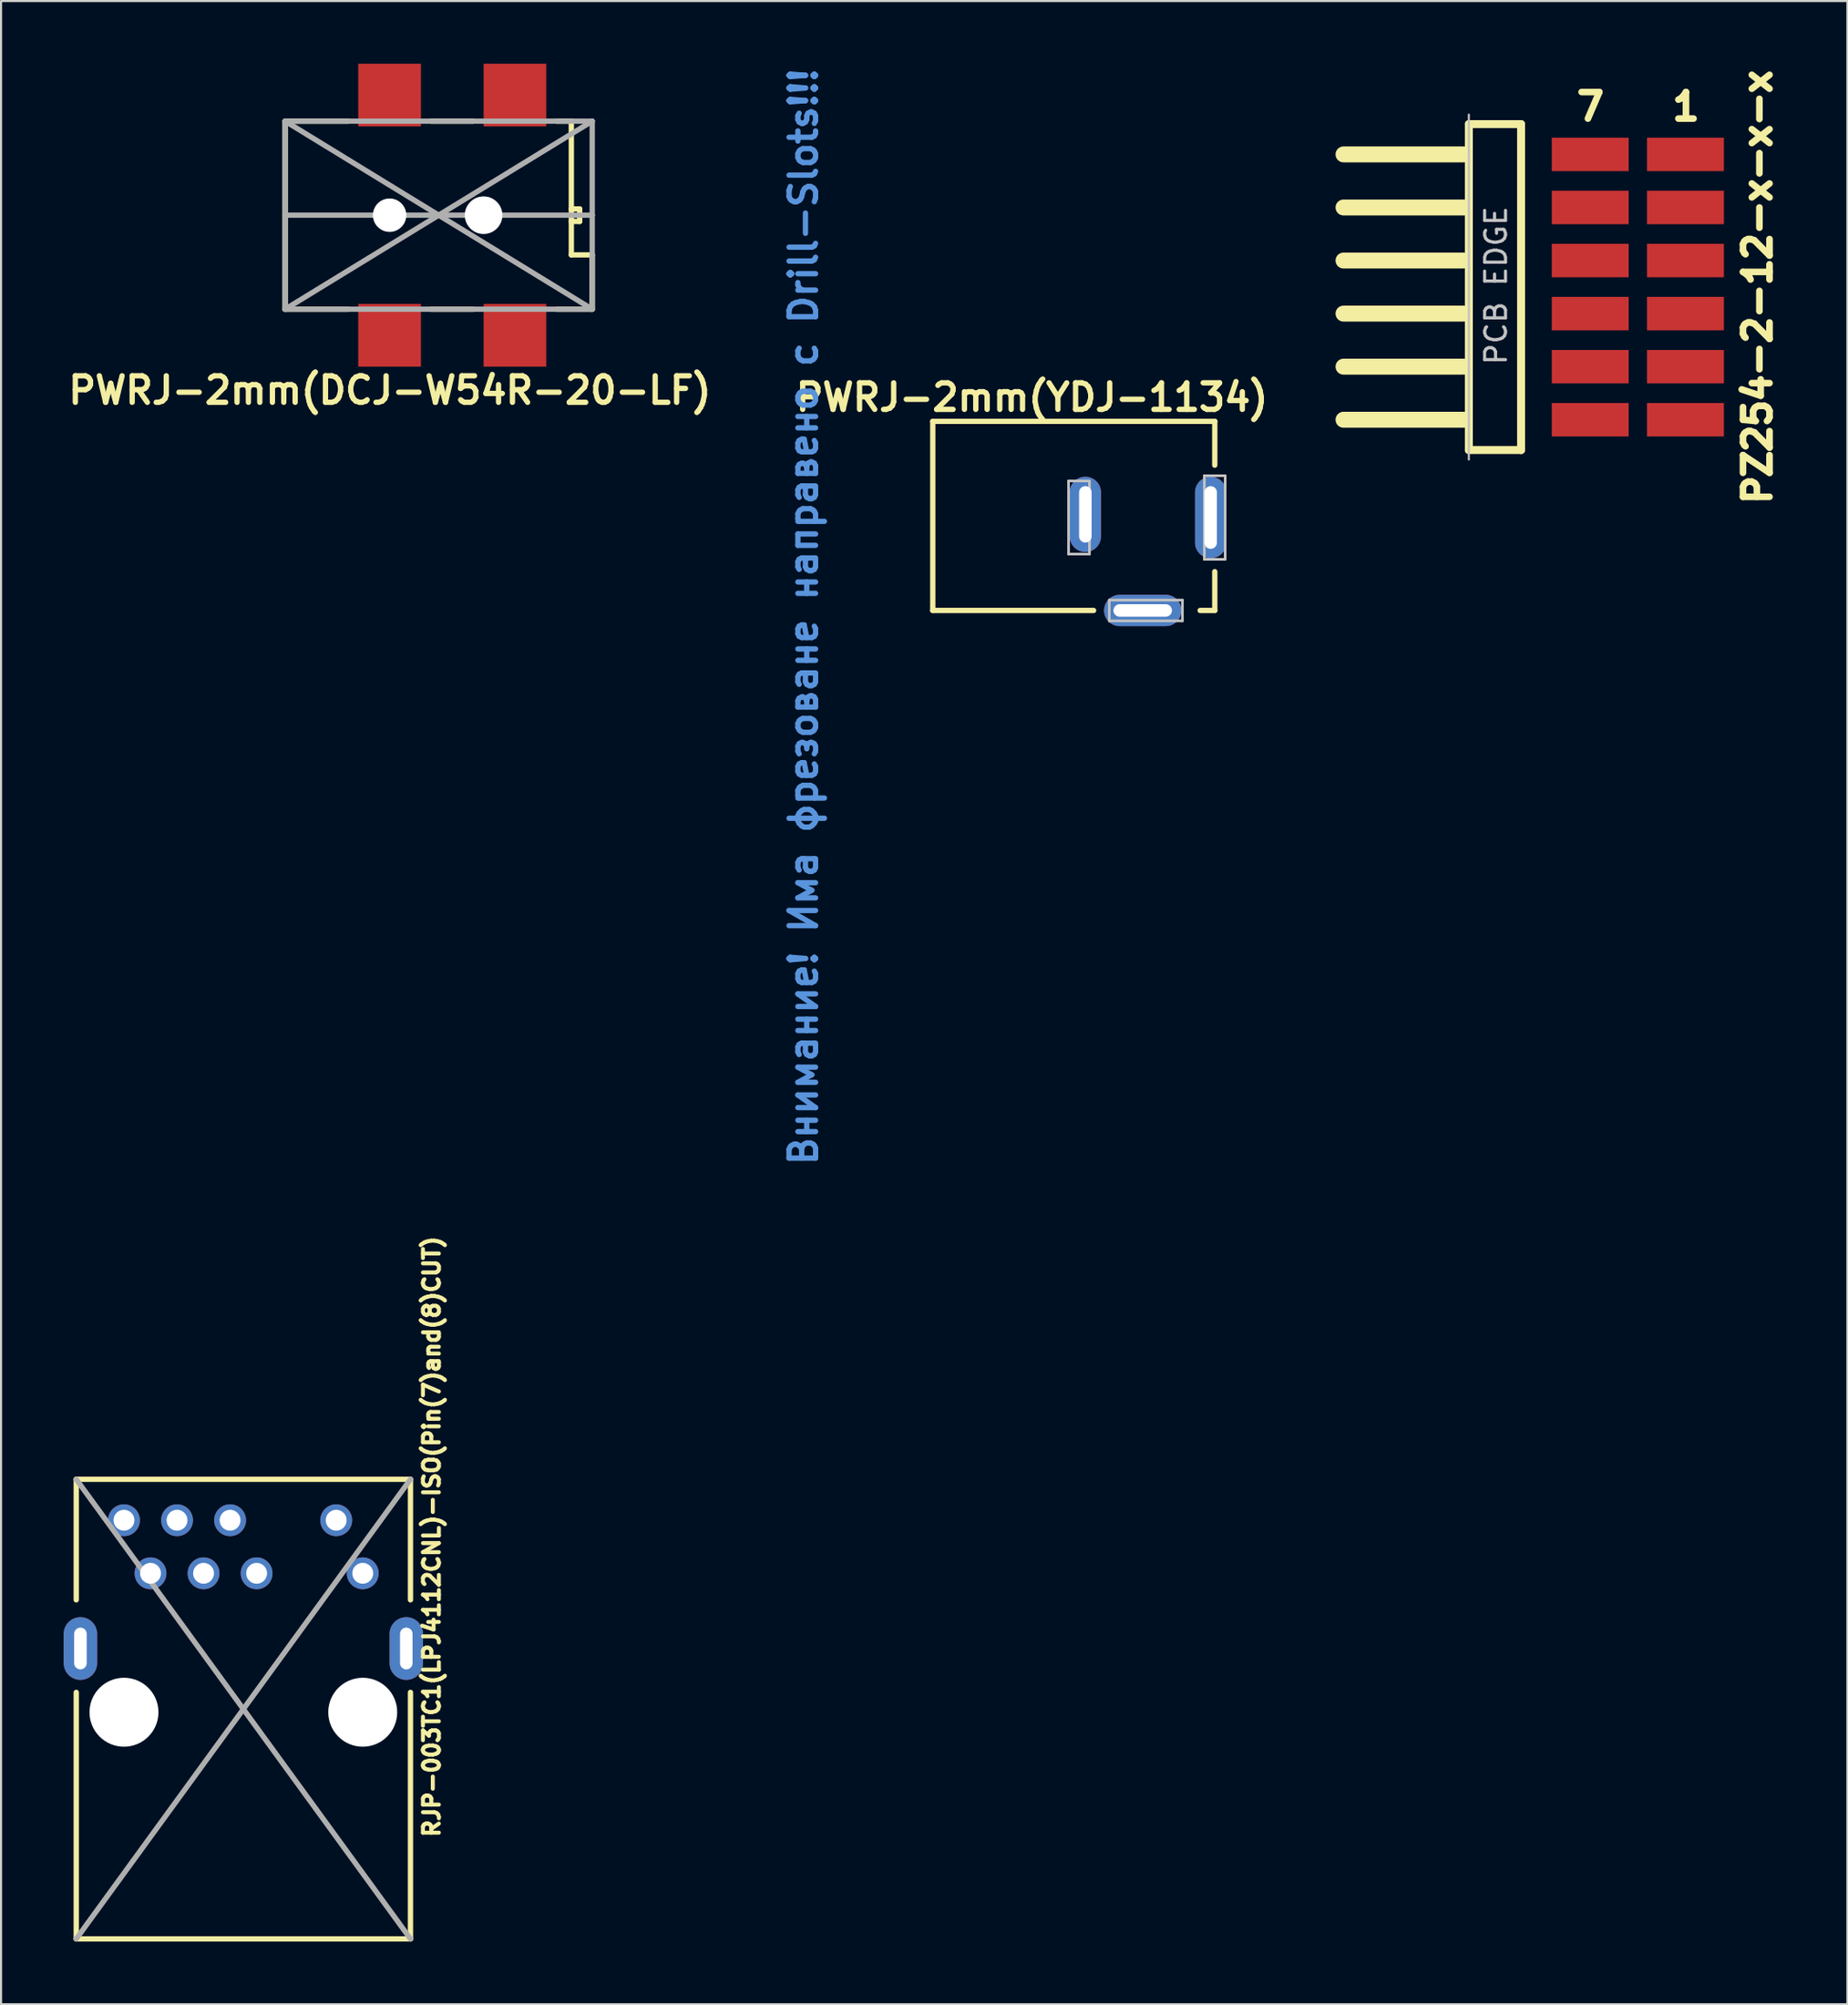
<source format=kicad_pcb>
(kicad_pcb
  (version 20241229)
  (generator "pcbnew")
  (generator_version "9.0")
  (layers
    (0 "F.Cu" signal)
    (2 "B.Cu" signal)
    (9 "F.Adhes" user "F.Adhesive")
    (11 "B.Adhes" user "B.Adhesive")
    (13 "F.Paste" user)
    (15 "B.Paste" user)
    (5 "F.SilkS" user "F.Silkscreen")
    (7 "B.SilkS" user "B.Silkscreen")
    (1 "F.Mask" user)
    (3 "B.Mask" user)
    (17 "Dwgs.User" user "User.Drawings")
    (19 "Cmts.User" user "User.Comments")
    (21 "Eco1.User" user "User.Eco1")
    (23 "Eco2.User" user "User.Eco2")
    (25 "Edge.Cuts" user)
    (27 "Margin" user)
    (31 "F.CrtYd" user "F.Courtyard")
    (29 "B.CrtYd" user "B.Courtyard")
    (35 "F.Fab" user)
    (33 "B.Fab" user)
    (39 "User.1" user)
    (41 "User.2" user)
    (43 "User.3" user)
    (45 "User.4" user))
  (footprint "RJP-003TC1(LPJ4112CNL)-ISO(Pin(7)and(8)CUT)"
    (layer "F.Cu")
    (at 8.6 78.756)
    (property "Reference" "RJP-003TC1(LPJ4112CNL)-ISO(Pin(7)and(8)CUT)" (at 9.017 -8.255 90) (layer "F.SilkS") (effects (font (size 0.762 0.762) (thickness 0.191))))
    (attr through_hole)
    (fp_line (start -8 -11) (end 8 -11) (stroke (width 0.254) (type solid)) (layer "F.SilkS"))
    (fp_line (start -8 -5.23) (end -8 -11) (stroke (width 0.254) (type solid)) (layer "F.SilkS"))
    (fp_line (start -8 11) (end -8 -0.8) (stroke (width 0.254) (type solid)) (layer "F.SilkS"))
    (fp_line (start 8 -11) (end 8 -5.23) (stroke (width 0.254) (type solid)) (layer "F.SilkS"))
    (fp_line (start 8 -0.8) (end 8 11) (stroke (width 0.254) (type solid)) (layer "F.SilkS"))
    (fp_line (start 8 11) (end -8 11) (stroke (width 0.254) (type solid)) (layer "F.SilkS"))
    (fp_line (start -8 -11) (end 8 11) (stroke (width 0.254) (type solid)) (layer "F.Fab"))
    (fp_line (start 8 -11) (end -8 11) (stroke (width 0.254) (type solid)) (layer "F.Fab"))
    (pad "" np_thru_hole circle (at -5.715 0.15) (size 3.3 3.3) (drill 3.3) (layers "*.Cu" "*.Mask"))
    (pad "" np_thru_hole circle (at 5.715 0.15) (size 3.3 3.3) (drill 3.3) (layers "*.Cu" "*.Mask"))
    (pad "0" thru_hole oval (at -7.8 -2.9) (size 1.6 3) (drill oval 0.6 2) (layers "*.Cu" "*.Mask"))
    (pad "0" thru_hole oval (at 7.8 -2.9) (size 1.6 3) (drill oval 0.6 2) (layers "*.Cu" "*.Mask"))
    (pad "1" thru_hole circle (at -5.715 -9.04) (size 1.524 1.524) (drill 1) (layers "*.Cu" "*.Mask"))
    (pad "2" thru_hole circle (at -4.445 -6.5) (size 1.524 1.524) (drill 1) (layers "*.Cu" "*.Mask"))
    (pad "3" thru_hole circle (at -3.175 -9.04) (size 1.524 1.524) (drill 1) (layers "*.Cu" "*.Mask"))
    (pad "4" thru_hole circle (at -1.905 -6.5) (size 1.524 1.524) (drill 1) (layers "*.Cu" "*.Mask"))
    (pad "5" thru_hole circle (at -0.635 -9.04) (size 1.524 1.524) (drill 1) (layers "*.Cu" "*.Mask"))
    (pad "6" thru_hole circle (at 0.635 -6.5) (size 1.524 1.524) (drill 1) (layers "*.Cu" "*.Mask"))
    (pad "9" thru_hole circle (at 4.445 -9.04) (size 1.524 1.524) (drill 1) (layers "*.Cu" "*.Mask"))
    (pad "10" thru_hole circle (at 5.715 -6.5) (size 1.524 1.524) (drill 1) (layers "*.Cu" "*.Mask")))
  (footprint "PWRJ-2mm(DCJ-W54R-20-LF)"
    (layer "F.Cu")
    (at 17.901 7.25)
    (property "Reference" "PWRJ-2mm(DCJ-W54R-20-LF)" (at -2.286 8.382 0) (layer "F.SilkS") (effects (font (size 1.27 1.27) (thickness 0.254))))
    (attr smd)
    (fp_line (start -7.3 -4.5) (end -7.3 4.5) (stroke (width 0.254) (type solid)) (layer "F.SilkS"))
    (fp_line (start -7.3 -4.5) (end -4.3 -4.5) (stroke (width 0.254) (type solid)) (layer "F.SilkS"))
    (fp_line (start -7.3 4.5) (end -4.3 4.5) (stroke (width 0.254) (type solid)) (layer "F.SilkS"))
    (fp_line (start -0.3 -4.5) (end 1.7 -4.5) (stroke (width 0.254) (type solid)) (layer "F.SilkS"))
    (fp_line (start -0.3 4.5) (end 1.7 4.5) (stroke (width 0.254) (type solid)) (layer "F.SilkS"))
    (fp_line (start 5.7 -4.5) (end 6.4 -4.5) (stroke (width 0.254) (type solid)) (layer "F.SilkS"))
    (fp_line (start 6.4 -4.5) (end 6.4 1.9) (stroke (width 0.254) (type solid)) (layer "F.SilkS"))
    (fp_line (start 6.4 -0.3) (end 6.8 -0.3) (stroke (width 0.254) (type solid)) (layer "F.SilkS"))
    (fp_line (start 6.8 -0.3) (end 6.8 0.3) (stroke (width 0.254) (type solid)) (layer "F.SilkS"))
    (fp_line (start 6.8 0.3) (end 6.4 0.3) (stroke (width 0.254) (type solid)) (layer "F.SilkS"))
    (fp_line (start 7.4 1.9) (end 6.4 1.9) (stroke (width 0.254) (type solid)) (layer "F.SilkS"))
    (fp_line (start 7.4 4.5) (end 5.7 4.5) (stroke (width 0.254) (type solid)) (layer "F.SilkS"))
    (fp_line (start 7.4 4.5) (end 7.4 1.9) (stroke (width 0.254) (type solid)) (layer "F.SilkS"))
    (fp_line (start -7.3 -4.5) (end -7.3 4.5) (stroke (width 0.254) (type solid)) (layer "F.Fab"))
    (fp_line (start -7.3 0) (end 7.4 0) (stroke (width 0.254) (type solid)) (layer "F.Fab"))
    (fp_line (start -7.3 4.5) (end 7.4 -4.5) (stroke (width 0.254) (type solid)) (layer "F.Fab"))
    (fp_line (start -7.3 4.5) (end 7.4 4.5) (stroke (width 0.254) (type solid)) (layer "F.Fab"))
    (fp_line (start 7.4 -4.5) (end -7.2 -4.5) (stroke (width 0.254) (type solid)) (layer "F.Fab"))
    (fp_line (start 7.4 0) (end 7.4 -4.5) (stroke (width 0.254) (type solid)) (layer "F.Fab"))
    (fp_line (start 7.4 0) (end 7.4 4.4) (stroke (width 0.254) (type solid)) (layer "F.Fab"))
    (fp_line (start 7.4 4.5) (end -7.3 -4.5) (stroke (width 0.254) (type solid)) (layer "F.Fab"))
    (pad "" np_thru_hole circle (at -2.3 0) (size 1.6 1.6) (drill 1.6) (layers "*.Cu" "*.Mask"))
    (pad "" np_thru_hole circle (at 2.2 0) (size 1.8 1.8) (drill 1.8) (layers "*.Cu" "*.Mask"))
    (pad "1" smd rect (at -2.3 -5.75) (size 3 3) (layers "F.Cu" "F.Mask" "F.Paste"))
    (pad "1" smd rect (at 3.7 -5.75) (size 3 3) (layers "F.Cu" "F.Mask" "F.Paste"))
    (pad "2" smd rect (at -2.3 5.75) (size 3 3) (layers "F.Cu" "F.Mask" "F.Paste"))
    (pad "3" smd rect (at 3.7 5.75) (size 3 3) (layers "F.Cu" "F.Mask" "F.Paste")))
  (footprint "PZ254-2-12-x-x-x"
    (layer "F.Cu")
    (at 68.517 10.691)
    (property "Reference" "PZ254-2-12-x-x-x" (at 12.573 0 90) (unlocked yes) (layer "F.SilkS") (effects (font (size 1.27 1.27) (thickness 0.318) (bold yes))))
    (attr smd)
    (fp_line (start -1.5 -6.35) (end -7.25 -6.35) (stroke (width 0.762) (type solid)) (layer "F.SilkS"))
    (fp_line (start -1.5 -3.81) (end -7.25 -3.81) (stroke (width 0.762) (type solid)) (layer "F.SilkS"))
    (fp_line (start -1.5 -1.27) (end -7.25 -1.27) (stroke (width 0.762) (type solid)) (layer "F.SilkS"))
    (fp_line (start -1.5 1.27) (end -7.25 1.27) (stroke (width 0.762) (type solid)) (layer "F.SilkS"))
    (fp_line (start -1.5 3.81) (end -7.25 3.81) (stroke (width 0.762) (type solid)) (layer "F.SilkS"))
    (fp_line (start -1.5 6.35) (end -7.25 6.35) (stroke (width 0.762) (type solid)) (layer "F.SilkS"))
    (fp_line (start -1.25 -7.8) (end -1.25 7.8) (stroke (width 0.381) (type default)) (layer "F.SilkS"))
    (fp_line (start -1.25 -7.8) (end 1.25 -7.8) (stroke (width 0.381) (type default)) (layer "F.SilkS"))
    (fp_line (start -1.25 7.8) (end 1.25 7.8) (stroke (width 0.381) (type default)) (layer "F.SilkS"))
    (fp_line (start 1.25 -7.8) (end 1.25 7.8) (stroke (width 0.381) (type default)) (layer "F.SilkS"))
    (fp_line (start -1.25 -8.255) (end -1.25 8.255) (stroke (width 0.1) (type default)) (layer "Dwgs.User"))
    (fp_text user "7" (at 4.572 -8.636 0) (layer "F.SilkS") (effects (font (size 1.27 1.27) (thickness 0.318) (bold yes))))
    (fp_text user "1" (at 9.144 -8.636 0) (layer "F.SilkS") (effects (font (size 1.27 1.27) (thickness 0.318) (bold yes))))
    (fp_text user "PCB EDGE" (at 0.635 3.81 90) (unlocked yes) (layer "Dwgs.User") (effects (font (size 1 1) (thickness 0.15)) (justify left bottom)))
    (pad "" smd rect (at 4.55 -6.35 90) (size 2 4.1) (layers "F.Paste"))
    (pad "" smd rect (at 4.55 -3.81 90) (size 2 4.1) (layers "F.Paste"))
    (pad "" smd rect (at 4.55 -1.27 90) (size 2 4.1) (layers "F.Paste"))
    (pad "" smd rect (at 4.55 1.27 90) (size 2 4.1) (layers "F.Paste"))
    (pad "" smd rect (at 4.55 3.81 90) (size 2 4.1) (layers "F.Paste"))
    (pad "" smd rect (at 4.55 6.35 90) (size 2 4.1) (layers "F.Paste"))
    (pad "" smd rect (at 9.17 -6.35 90) (size 2 4.1) (layers "F.Paste"))
    (pad "" smd rect (at 9.17 -3.81 90) (size 2 4.1) (layers "F.Paste"))
    (pad "" smd rect (at 9.17 -1.27 90) (size 2 4.1) (layers "F.Paste"))
    (pad "" smd rect (at 9.17 1.27 90) (size 2 4.1) (layers "F.Paste"))
    (pad "" smd rect (at 9.17 3.81 90) (size 2 4.1) (layers "F.Paste"))
    (pad "" smd rect (at 9.17 6.35 90) (size 2 4.1) (layers "F.Paste"))
    (pad "1" smd rect (at 9.12 -6.35 90) (size 1.6 3.68) (layers "F.Cu" "F.Mask"))
    (pad "2" smd rect (at 9.12 -3.81 90) (size 1.6 3.68) (layers "F.Cu" "F.Mask"))
    (pad "3" smd rect (at 9.12 -1.27 90) (size 1.6 3.68) (layers "F.Cu" "F.Mask"))
    (pad "4" smd rect (at 9.12 1.27 90) (size 1.6 3.68) (layers "F.Cu" "F.Mask"))
    (pad "5" smd rect (at 9.12 3.81 90) (size 1.6 3.68) (layers "F.Cu" "F.Mask"))
    (pad "6" smd rect (at 9.12 6.35 90) (size 1.6 3.68) (layers "F.Cu" "F.Mask"))
    (pad "7" smd rect (at 4.56 -6.35 90) (size 1.6 3.68) (layers "F.Cu" "F.Mask"))
    (pad "8" smd rect (at 4.56 -3.81 90) (size 1.6 3.68) (layers "F.Cu" "F.Mask"))
    (pad "9" smd rect (at 4.56 -1.27 90) (size 1.6 3.68) (layers "F.Cu" "F.Mask"))
    (pad "10" smd rect (at 4.56 1.27 90) (size 1.6 3.68) (layers "F.Cu" "F.Mask"))
    (pad "11" smd rect (at 4.56 3.81 90) (size 1.6 3.68) (layers "F.Cu" "F.Mask"))
    (pad "12" smd rect (at 4.56 6.35 90) (size 1.6 3.68) (layers "F.Cu" "F.Mask")))
  (footprint "PWRJ-2mm(YDJ-1134)"
    (layer "F.Cu")
    (at 55.104 26.47)
    (property "Reference" "PWRJ-2mm(YDJ-1134)" (at -8.75 -10.5 0) (layer "F.SilkS") (effects (font (size 1.27 1.27) (thickness 0.254))))
    (attr through_hole)
    (fp_line (start -13.5 -9.352) (end -13.5 -0.3) (stroke (width 0.254) (type solid)) (layer "F.SilkS"))
    (fp_line (start -13.5 -0.3) (end -5.8 -0.3) (stroke (width 0.254) (type solid)) (layer "F.SilkS"))
    (fp_line (start 0 -9.352) (end -13.5 -9.352) (stroke (width 0.254) (type solid)) (layer "F.SilkS"))
    (fp_line (start 0 -9.352) (end 0 -7.254) (stroke (width 0.254) (type solid)) (layer "F.SilkS"))
    (fp_line (start 0 -0.3) (end -0.7 -0.3) (stroke (width 0.254) (type solid)) (layer "F.SilkS"))
    (fp_line (start 0 -0.3) (end 0 -2.158) (stroke (width 0.254) (type solid)) (layer "F.SilkS"))
    (fp_line (start -6.998 -6.5) (end -6.998 -3) (stroke (width 0.127) (type solid)) (layer "Dwgs.User"))
    (fp_line (start -6.998 -3) (end -5.999 -3) (stroke (width 0.127) (type solid)) (layer "Dwgs.User"))
    (fp_line (start -5.999 -6.5) (end -6.998 -6.5) (stroke (width 0.127) (type solid)) (layer "Dwgs.User"))
    (fp_line (start -5.999 -3) (end -5.999 -6.5) (stroke (width 0.127) (type solid)) (layer "Dwgs.User"))
    (fp_line (start -5.05 -0.798) (end -5.05 0.198) (stroke (width 0.127) (type solid)) (layer "Dwgs.User"))
    (fp_line (start -5.05 0.198) (end -1.549 0.198) (stroke (width 0.127) (type solid)) (layer "Dwgs.User"))
    (fp_line (start -1.549 -0.798) (end -5.05 -0.798) (stroke (width 0.127) (type solid)) (layer "Dwgs.User"))
    (fp_line (start -1.549 0.198) (end -1.549 -0.798) (stroke (width 0.127) (type solid)) (layer "Dwgs.User"))
    (fp_line (start -0.498 -6.749) (end -0.498 -2.748) (stroke (width 0.127) (type solid)) (layer "Dwgs.User"))
    (fp_line (start -0.498 -2.748) (end 0.498 -2.748) (stroke (width 0.127) (type solid)) (layer "Dwgs.User"))
    (fp_line (start 0.498 -6.749) (end -0.498 -6.749) (stroke (width 0.127) (type solid)) (layer "Dwgs.User"))
    (fp_line (start 0.498 -2.748) (end 0.498 -6.749) (stroke (width 0.127) (type solid)) (layer "Dwgs.User"))
    (fp_text user "Внимание! Има фрезоване направено с Drill-Slots!!!" (at -19.685 0 90) (layer "Cmts.User") (effects (font (size 1.27 1.27) (thickness 0.254))))
    (pad "+" thru_hole oval (at -0.196 -4.75) (size 1.5 3.9) (drill oval 0.6 3) (layers "*.Cu" "*.Mask"))
    (pad "-" thru_hole oval (at -6.196 -4.9) (size 1.5 3.6) (drill oval 0.6 2.7) (layers "*.Cu" "*.Mask"))
    (pad "-" thru_hole oval (at -3.45 -0.3) (size 3.7 1.5) (drill oval 2.8 0.6) (layers "*.Cu" "*.Mask")))
  (gr_rect
    (start -3 -3)
    (end 85.391 92.883)
    (stroke (width 0.1) (type default))
    (fill no)
    (layer "Edge.Cuts")))
</source>
